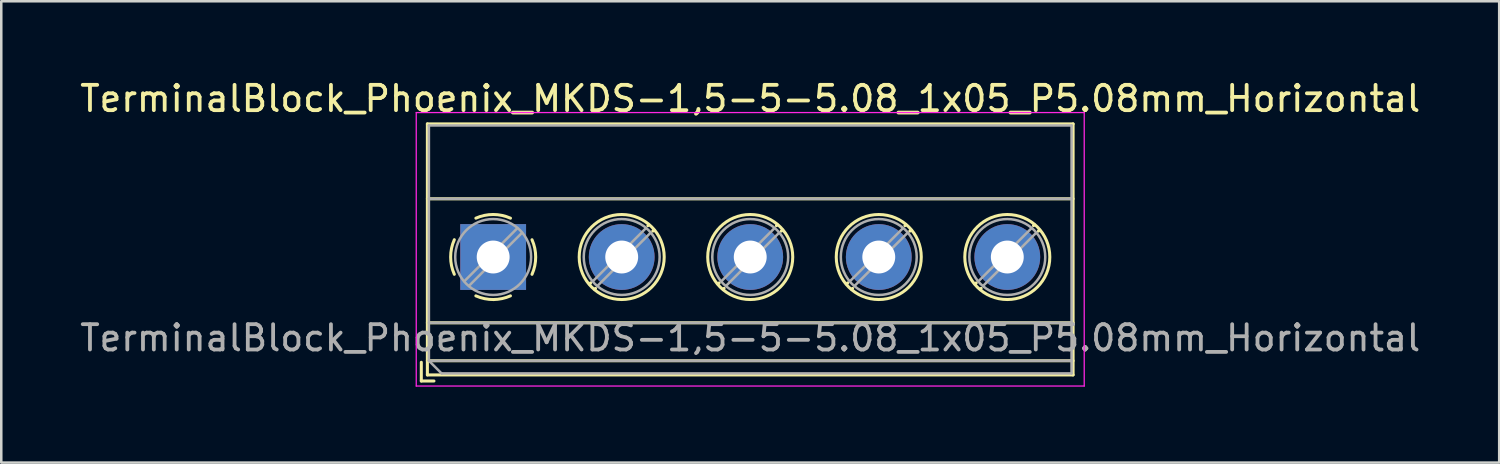
<source format=kicad_pcb>
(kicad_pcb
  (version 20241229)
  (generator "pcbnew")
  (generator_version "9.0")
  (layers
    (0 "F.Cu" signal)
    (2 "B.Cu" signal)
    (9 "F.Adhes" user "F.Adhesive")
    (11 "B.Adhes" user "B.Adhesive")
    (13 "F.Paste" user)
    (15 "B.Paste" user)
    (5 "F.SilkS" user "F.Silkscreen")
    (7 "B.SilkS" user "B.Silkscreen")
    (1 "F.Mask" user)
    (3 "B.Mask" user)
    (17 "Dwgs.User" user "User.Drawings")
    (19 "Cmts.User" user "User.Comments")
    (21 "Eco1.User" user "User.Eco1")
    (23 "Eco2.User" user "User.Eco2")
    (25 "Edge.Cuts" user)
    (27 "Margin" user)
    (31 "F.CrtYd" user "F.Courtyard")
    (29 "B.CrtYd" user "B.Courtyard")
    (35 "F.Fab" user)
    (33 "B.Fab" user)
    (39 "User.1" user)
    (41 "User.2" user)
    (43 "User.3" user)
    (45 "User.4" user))
  (footprint "TerminalBlock_Phoenix_MKDS-1,5-5-5.08_1x05_P5.08mm_Horizontal"
    (layer "F.Cu")
    (at 16.441 7.108)
    (property "Reference" "TerminalBlock_Phoenix_MKDS-1,5-5-5.08_1x05_P5.08mm_Horizontal" (at 10.16 -6.26 0) (layer "F.SilkS") (effects (font (size 1 1) (thickness 0.15))))
    (attr through_hole)
    (fp_line (start -2.84 4.16) (end -2.84 4.9) (stroke (width 0.12) (type solid)) (layer "F.SilkS"))
    (fp_line (start -2.84 4.9) (end -2.34 4.9) (stroke (width 0.12) (type solid)) (layer "F.SilkS"))
    (fp_line (start -2.6 -5.261) (end -2.6 4.66) (stroke (width 0.12) (type solid)) (layer "F.SilkS"))
    (fp_line (start -2.6 -5.261) (end 22.92 -5.261) (stroke (width 0.12) (type solid)) (layer "F.SilkS"))
    (fp_line (start -2.6 -2.301) (end 22.92 -2.301) (stroke (width 0.12) (type solid)) (layer "F.SilkS"))
    (fp_line (start -2.6 2.6) (end 22.92 2.6) (stroke (width 0.12) (type solid)) (layer "F.SilkS"))
    (fp_line (start -2.6 4.1) (end 22.92 4.1) (stroke (width 0.12) (type solid)) (layer "F.SilkS"))
    (fp_line (start -2.6 4.66) (end 22.92 4.66) (stroke (width 0.12) (type solid)) (layer "F.SilkS"))
    (fp_line (start 3.853 1.023) (end 3.806 1.069) (stroke (width 0.12) (type solid)) (layer "F.SilkS"))
    (fp_line (start 4.046 1.239) (end 4.011 1.274) (stroke (width 0.12) (type solid)) (layer "F.SilkS"))
    (fp_line (start 6.15 -1.275) (end 6.115 -1.239) (stroke (width 0.12) (type solid)) (layer "F.SilkS"))
    (fp_line (start 6.355 -1.069) (end 6.308 -1.023) (stroke (width 0.12) (type solid)) (layer "F.SilkS"))
    (fp_line (start 8.933 1.023) (end 8.886 1.069) (stroke (width 0.12) (type solid)) (layer "F.SilkS"))
    (fp_line (start 9.126 1.239) (end 9.091 1.274) (stroke (width 0.12) (type solid)) (layer "F.SilkS"))
    (fp_line (start 11.23 -1.275) (end 11.195 -1.239) (stroke (width 0.12) (type solid)) (layer "F.SilkS"))
    (fp_line (start 11.435 -1.069) (end 11.388 -1.023) (stroke (width 0.12) (type solid)) (layer "F.SilkS"))
    (fp_line (start 14.013 1.023) (end 13.966 1.069) (stroke (width 0.12) (type solid)) (layer "F.SilkS"))
    (fp_line (start 14.206 1.239) (end 14.171 1.274) (stroke (width 0.12) (type solid)) (layer "F.SilkS"))
    (fp_line (start 16.31 -1.275) (end 16.275 -1.239) (stroke (width 0.12) (type solid)) (layer "F.SilkS"))
    (fp_line (start 16.515 -1.069) (end 16.468 -1.023) (stroke (width 0.12) (type solid)) (layer "F.SilkS"))
    (fp_line (start 19.093 1.023) (end 19.046 1.069) (stroke (width 0.12) (type solid)) (layer "F.SilkS"))
    (fp_line (start 19.286 1.239) (end 19.251 1.274) (stroke (width 0.12) (type solid)) (layer "F.SilkS"))
    (fp_line (start 21.39 -1.275) (end 21.355 -1.239) (stroke (width 0.12) (type solid)) (layer "F.SilkS"))
    (fp_line (start 21.595 -1.069) (end 21.548 -1.023) (stroke (width 0.12) (type solid)) (layer "F.SilkS"))
    (fp_line (start 22.92 -5.261) (end 22.92 4.66) (stroke (width 0.12) (type solid)) (layer "F.SilkS"))
    (fp_arc (start -1.535427 0.683042) (mid -1.680501 -0.000524) (end -1.535 -0.684) (stroke (width 0.12) (type solid)) (layer "F.SilkS"))
    (fp_arc (start -0.683042 -1.535427) (mid 0.000524 -1.680501) (end 0.684 -1.535) (stroke (width 0.12) (type solid)) (layer "F.SilkS"))
    (fp_arc (start 0.028805 1.680253) (mid -0.335551 1.646659) (end -0.684 1.535) (stroke (width 0.12) (type solid)) (layer "F.SilkS"))
    (fp_arc (start 0.683318 1.534756) (mid 0.349292 1.643288) (end 0 1.68) (stroke (width 0.12) (type solid)) (layer "F.SilkS"))
    (fp_arc (start 1.535427 -0.683042) (mid 1.680501 0.000524) (end 1.535 0.684) (stroke (width 0.12) (type solid)) (layer "F.SilkS"))
    (fp_circle (center 5.08 0) (end 6.76 0) (stroke (width 0.12) (type solid)) (fill no) (layer "F.SilkS"))
    (fp_circle (center 10.16 0) (end 11.84 0) (stroke (width 0.12) (type solid)) (fill no) (layer "F.SilkS"))
    (fp_circle (center 15.24 0) (end 16.92 0) (stroke (width 0.12) (type solid)) (fill no) (layer "F.SilkS"))
    (fp_circle (center 20.32 0) (end 22 0) (stroke (width 0.12) (type solid)) (fill no) (layer "F.SilkS"))
    (fp_line (start -3.04 -5.71) (end -3.04 5.1) (stroke (width 0.05) (type solid)) (layer "F.CrtYd"))
    (fp_line (start -3.04 5.1) (end 23.36 5.1) (stroke (width 0.05) (type solid)) (layer "F.CrtYd"))
    (fp_line (start 23.36 -5.71) (end -3.04 -5.71) (stroke (width 0.05) (type solid)) (layer "F.CrtYd"))
    (fp_line (start 23.36 5.1) (end 23.36 -5.71) (stroke (width 0.05) (type solid)) (layer "F.CrtYd"))
    (fp_line (start -2.54 -5.2) (end 22.86 -5.2) (stroke (width 0.1) (type solid)) (layer "F.Fab"))
    (fp_line (start -2.54 -2.3) (end 22.86 -2.3) (stroke (width 0.1) (type solid)) (layer "F.Fab"))
    (fp_line (start -2.54 2.6) (end 22.86 2.6) (stroke (width 0.1) (type solid)) (layer "F.Fab"))
    (fp_line (start -2.54 4.1) (end -2.54 -5.2) (stroke (width 0.1) (type solid)) (layer "F.Fab"))
    (fp_line (start -2.54 4.1) (end 22.86 4.1) (stroke (width 0.1) (type solid)) (layer "F.Fab"))
    (fp_line (start -2.04 4.6) (end -2.54 4.1) (stroke (width 0.1) (type solid)) (layer "F.Fab"))
    (fp_line (start 0.955 -1.138) (end -1.138 0.955) (stroke (width 0.1) (type solid)) (layer "F.Fab"))
    (fp_line (start 1.138 -0.955) (end -0.955 1.138) (stroke (width 0.1) (type solid)) (layer "F.Fab"))
    (fp_line (start 6.035 -1.138) (end 3.943 0.955) (stroke (width 0.1) (type solid)) (layer "F.Fab"))
    (fp_line (start 6.218 -0.955) (end 4.126 1.138) (stroke (width 0.1) (type solid)) (layer "F.Fab"))
    (fp_line (start 11.115 -1.138) (end 9.023 0.955) (stroke (width 0.1) (type solid)) (layer "F.Fab"))
    (fp_line (start 11.298 -0.955) (end 9.206 1.138) (stroke (width 0.1) (type solid)) (layer "F.Fab"))
    (fp_line (start 16.195 -1.138) (end 14.103 0.955) (stroke (width 0.1) (type solid)) (layer "F.Fab"))
    (fp_line (start 16.378 -0.955) (end 14.286 1.138) (stroke (width 0.1) (type solid)) (layer "F.Fab"))
    (fp_line (start 21.275 -1.138) (end 19.183 0.955) (stroke (width 0.1) (type solid)) (layer "F.Fab"))
    (fp_line (start 21.458 -0.955) (end 19.366 1.138) (stroke (width 0.1) (type solid)) (layer "F.Fab"))
    (fp_line (start 22.86 -5.2) (end 22.86 4.6) (stroke (width 0.1) (type solid)) (layer "F.Fab"))
    (fp_line (start 22.86 4.6) (end -2.04 4.6) (stroke (width 0.1) (type solid)) (layer "F.Fab"))
    (fp_circle (center 0 0) (end 1.5 0) (stroke (width 0.1) (type solid)) (fill no) (layer "F.Fab"))
    (fp_circle (center 5.08 0) (end 6.58 0) (stroke (width 0.1) (type solid)) (fill no) (layer "F.Fab"))
    (fp_circle (center 10.16 0) (end 11.66 0) (stroke (width 0.1) (type solid)) (fill no) (layer "F.Fab"))
    (fp_circle (center 15.24 0) (end 16.74 0) (stroke (width 0.1) (type solid)) (fill no) (layer "F.Fab"))
    (fp_circle (center 20.32 0) (end 21.82 0) (stroke (width 0.1) (type solid)) (fill no) (layer "F.Fab"))
    (fp_text user "${REFERENCE}" (at 10.16 3.2 0) (layer "F.Fab") (effects (font (size 1 1) (thickness 0.15))))
    (pad "1" thru_hole rect (at 0 0) (size 2.6 2.6) (drill 1.3) (layers "*.Cu" "*.Mask"))
    (pad "2" thru_hole circle (at 5.08 0) (size 2.6 2.6) (drill 1.3) (layers "*.Cu" "*.Mask"))
    (pad "3" thru_hole circle (at 10.16 0) (size 2.6 2.6) (drill 1.3) (layers "*.Cu" "*.Mask"))
    (pad "4" thru_hole circle (at 15.24 0) (size 2.6 2.6) (drill 1.3) (layers "*.Cu" "*.Mask"))
    (pad "5" thru_hole circle (at 20.32 0) (size 2.6 2.6) (drill 1.3) (layers "*.Cu" "*.Mask")))
  (gr_rect
    (start -3 -3)
    (end 56.202 15.233)
    (stroke (width 0.1) (type default))
    (fill no)
    (layer "Edge.Cuts")))
</source>
